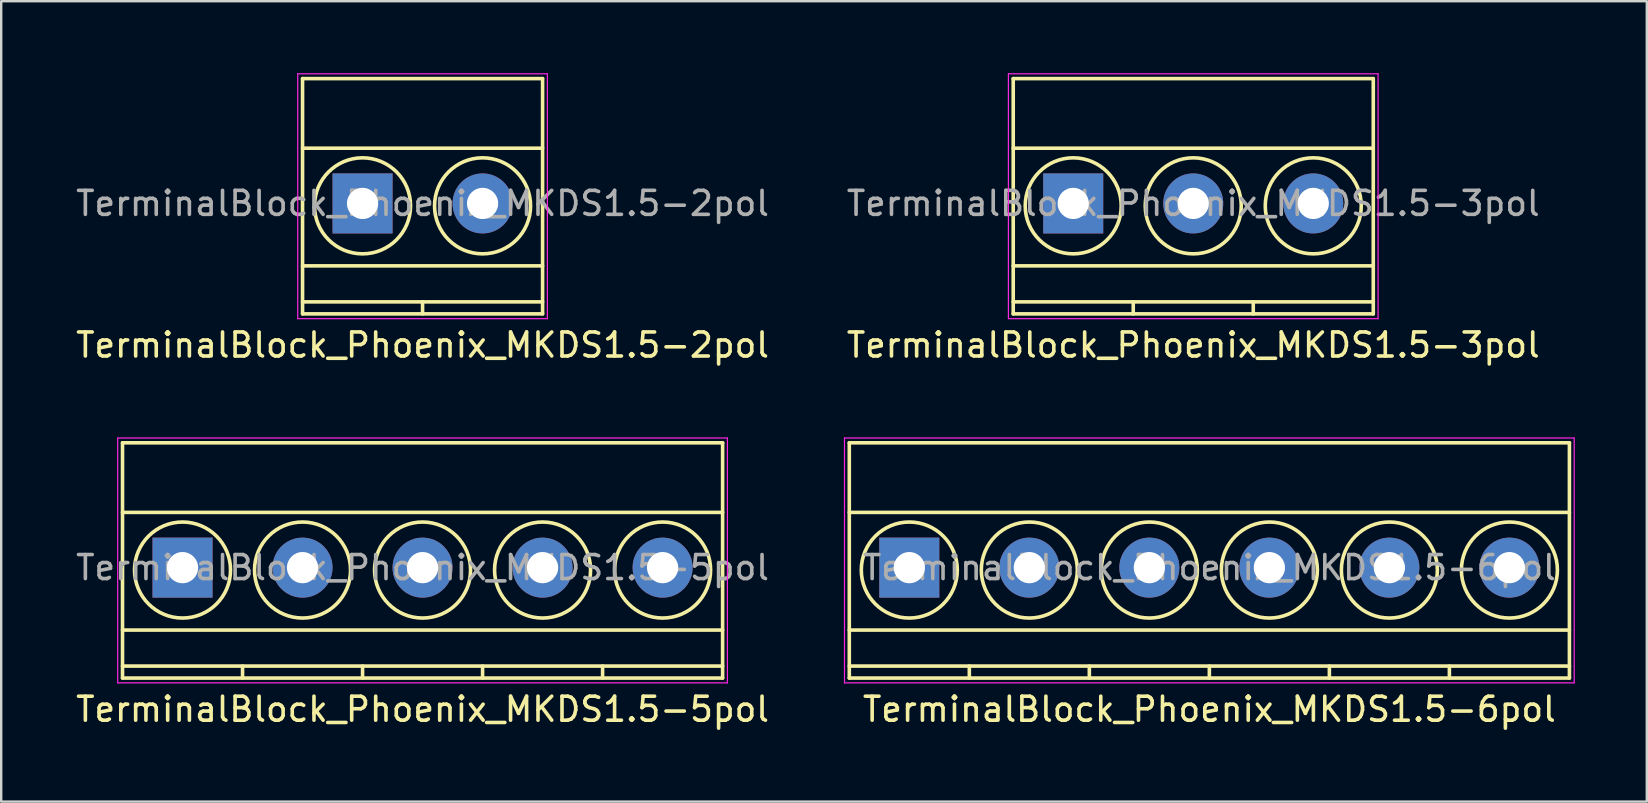
<source format=kicad_pcb>
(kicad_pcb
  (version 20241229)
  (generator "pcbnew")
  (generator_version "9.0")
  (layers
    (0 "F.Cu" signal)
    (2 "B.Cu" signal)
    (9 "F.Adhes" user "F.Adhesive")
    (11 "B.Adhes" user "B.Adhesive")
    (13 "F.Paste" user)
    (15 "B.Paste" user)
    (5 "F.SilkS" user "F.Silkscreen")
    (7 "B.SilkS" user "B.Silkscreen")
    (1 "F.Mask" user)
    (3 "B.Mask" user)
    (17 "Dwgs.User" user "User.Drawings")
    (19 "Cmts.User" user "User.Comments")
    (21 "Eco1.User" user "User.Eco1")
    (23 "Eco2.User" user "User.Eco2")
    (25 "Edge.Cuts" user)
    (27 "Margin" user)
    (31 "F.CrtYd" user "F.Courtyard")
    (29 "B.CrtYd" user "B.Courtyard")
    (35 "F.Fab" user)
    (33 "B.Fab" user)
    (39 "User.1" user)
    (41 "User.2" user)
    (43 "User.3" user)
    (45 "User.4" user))
  (footprint "TerminalBlock_Phoenix_MKDS1.5-3pol"
    (layer "F.Cu")
    (at 41.661 5.425)
    (property "Reference" "TerminalBlock_Phoenix_MKDS1.5-3pol" (at 5 5.9 0) (layer "F.SilkS") (effects (font (size 1 1) (thickness 0.15))))
    (attr through_hole)
    (fp_line (start -2.5 -5.2) (end -2.5 4.6) (stroke (width 0.15) (type solid)) (layer "F.SilkS"))
    (fp_line (start -2.5 -2.3) (end 12.5 -2.3) (stroke (width 0.15) (type solid)) (layer "F.SilkS"))
    (fp_line (start -2.5 2.6) (end 12.5 2.6) (stroke (width 0.15) (type solid)) (layer "F.SilkS"))
    (fp_line (start -2.5 4.1) (end 12.5 4.1) (stroke (width 0.15) (type solid)) (layer "F.SilkS"))
    (fp_line (start -2.5 4.6) (end 12.5 4.6) (stroke (width 0.15) (type solid)) (layer "F.SilkS"))
    (fp_line (start 2.5 4.1) (end 2.5 4.6) (stroke (width 0.15) (type solid)) (layer "F.SilkS"))
    (fp_line (start 7.5 4.1) (end 7.5 4.6) (stroke (width 0.15) (type solid)) (layer "F.SilkS"))
    (fp_line (start 12.5 -5.2) (end -2.5 -5.2) (stroke (width 0.15) (type solid)) (layer "F.SilkS"))
    (fp_line (start 12.5 4.6) (end 12.5 -5.2) (stroke (width 0.15) (type solid)) (layer "F.SilkS"))
    (fp_circle (center 0 0.1) (end 2 0.1) (stroke (width 0.15) (type solid)) (fill no) (layer "F.SilkS"))
    (fp_circle (center 5 0.1) (end 3 0.1) (stroke (width 0.15) (type solid)) (fill no) (layer "F.SilkS"))
    (fp_circle (center 10 0.1) (end 8 0.1) (stroke (width 0.15) (type solid)) (fill no) (layer "F.SilkS"))
    (fp_line (start -2.7 -5.4) (end 12.7 -5.4) (stroke (width 0.05) (type solid)) (layer "F.CrtYd"))
    (fp_line (start -2.7 4.8) (end -2.7 -5.4) (stroke (width 0.05) (type solid)) (layer "F.CrtYd"))
    (fp_line (start 12.7 -5.4) (end 12.7 4.8) (stroke (width 0.05) (type solid)) (layer "F.CrtYd"))
    (fp_line (start 12.7 4.8) (end -2.7 4.8) (stroke (width 0.05) (type solid)) (layer "F.CrtYd"))
    (fp_text user "${REFERENCE}" (at 5 0 0) (layer "F.Fab") (effects (font (size 1 1) (thickness 0.15))))
    (pad "1" thru_hole rect (at 0 0) (size 2.5 2.5) (drill 1.3) (layers "*.Cu" "*.Mask"))
    (pad "2" thru_hole circle (at 5 0) (size 2.5 2.5) (drill 1.3) (layers "*.Cu" "*.Mask"))
    (pad "3" thru_hole circle (at 10 0) (size 2.5 2.5) (drill 1.3) (layers "*.Cu" "*.Mask")))
  (footprint "TerminalBlock_Phoenix_MKDS1.5-5pol"
    (layer "F.Cu")
    (at 4.554 20.598)
    (property "Reference" "TerminalBlock_Phoenix_MKDS1.5-5pol" (at 10 5.9 0) (layer "F.SilkS") (effects (font (size 1 1) (thickness 0.15))))
    (attr through_hole)
    (fp_line (start -2.5 -5.2) (end -2.5 4.6) (stroke (width 0.15) (type solid)) (layer "F.SilkS"))
    (fp_line (start -2.5 -2.3) (end 22.5 -2.3) (stroke (width 0.15) (type solid)) (layer "F.SilkS"))
    (fp_line (start -2.5 2.6) (end 22.5 2.6) (stroke (width 0.15) (type solid)) (layer "F.SilkS"))
    (fp_line (start -2.5 4.1) (end 22.5 4.1) (stroke (width 0.15) (type solid)) (layer "F.SilkS"))
    (fp_line (start -2.5 4.6) (end 22.5 4.6) (stroke (width 0.15) (type solid)) (layer "F.SilkS"))
    (fp_line (start 2.5 4.1) (end 2.5 4.6) (stroke (width 0.15) (type solid)) (layer "F.SilkS"))
    (fp_line (start 7.5 4.1) (end 7.5 4.6) (stroke (width 0.15) (type solid)) (layer "F.SilkS"))
    (fp_line (start 12.5 4.1) (end 12.5 4.6) (stroke (width 0.15) (type solid)) (layer "F.SilkS"))
    (fp_line (start 17.5 4.1) (end 17.5 4.6) (stroke (width 0.15) (type solid)) (layer "F.SilkS"))
    (fp_line (start 22.5 -5.2) (end -2.5 -5.2) (stroke (width 0.15) (type solid)) (layer "F.SilkS"))
    (fp_line (start 22.5 4.6) (end 22.5 -5.2) (stroke (width 0.15) (type solid)) (layer "F.SilkS"))
    (fp_circle (center 0 0.1) (end 2 0.1) (stroke (width 0.15) (type solid)) (fill no) (layer "F.SilkS"))
    (fp_circle (center 5 0.1) (end 3 0.1) (stroke (width 0.15) (type solid)) (fill no) (layer "F.SilkS"))
    (fp_circle (center 10 0.1) (end 8 0.1) (stroke (width 0.15) (type solid)) (fill no) (layer "F.SilkS"))
    (fp_circle (center 15 0.1) (end 13 0.1) (stroke (width 0.15) (type solid)) (fill no) (layer "F.SilkS"))
    (fp_circle (center 20 0.1) (end 18 0.1) (stroke (width 0.15) (type solid)) (fill no) (layer "F.SilkS"))
    (fp_line (start -2.7 -5.4) (end -2.7 4.8) (stroke (width 0.05) (type solid)) (layer "F.CrtYd"))
    (fp_line (start -2.7 4.8) (end 22.7 4.8) (stroke (width 0.05) (type solid)) (layer "F.CrtYd"))
    (fp_line (start 22.7 -5.4) (end -2.7 -5.4) (stroke (width 0.05) (type solid)) (layer "F.CrtYd"))
    (fp_line (start 22.7 4.8) (end 22.7 -5.4) (stroke (width 0.05) (type solid)) (layer "F.CrtYd"))
    (fp_text user "${REFERENCE}" (at 10 0 0) (layer "F.Fab") (effects (font (size 1 1) (thickness 0.15))))
    (pad "1" thru_hole rect (at 0 0) (size 2.5 2.5) (drill 1.3) (layers "*.Cu" "*.Mask"))
    (pad "2" thru_hole circle (at 5 0) (size 2.5 2.5) (drill 1.3) (layers "*.Cu" "*.Mask"))
    (pad "3" thru_hole circle (at 10 0) (size 2.5 2.5) (drill 1.3) (layers "*.Cu" "*.Mask"))
    (pad "4" thru_hole circle (at 15 0) (size 2.5 2.5) (drill 1.3) (layers "*.Cu" "*.Mask"))
    (pad "5" thru_hole circle (at 20 0) (size 2.5 2.5) (drill 1.3) (layers "*.Cu" "*.Mask")))
  (footprint "TerminalBlock_Phoenix_MKDS1.5-2pol"
    (layer "F.Cu")
    (at 12.054 5.425)
    (property "Reference" "TerminalBlock_Phoenix_MKDS1.5-2pol" (at 2.5 5.9 0) (layer "F.SilkS") (effects (font (size 1 1) (thickness 0.15))))
    (attr through_hole)
    (fp_line (start -2.5 -5.2) (end -2.5 4.6) (stroke (width 0.15) (type solid)) (layer "F.SilkS"))
    (fp_line (start -2.5 -2.3) (end 7.5 -2.3) (stroke (width 0.15) (type solid)) (layer "F.SilkS"))
    (fp_line (start -2.5 2.6) (end 7.5 2.6) (stroke (width 0.15) (type solid)) (layer "F.SilkS"))
    (fp_line (start -2.5 4.1) (end 7.5 4.1) (stroke (width 0.15) (type solid)) (layer "F.SilkS"))
    (fp_line (start -2.5 4.6) (end 7.5 4.6) (stroke (width 0.15) (type solid)) (layer "F.SilkS"))
    (fp_line (start 2.5 4.1) (end 2.5 4.6) (stroke (width 0.15) (type solid)) (layer "F.SilkS"))
    (fp_line (start 7.5 -5.2) (end -2.5 -5.2) (stroke (width 0.15) (type solid)) (layer "F.SilkS"))
    (fp_line (start 7.5 4.6) (end 7.5 -5.2) (stroke (width 0.15) (type solid)) (layer "F.SilkS"))
    (fp_circle (center 0 0.1) (end 2 0.1) (stroke (width 0.15) (type solid)) (fill no) (layer "F.SilkS"))
    (fp_circle (center 5 0.1) (end 3 0.1) (stroke (width 0.15) (type solid)) (fill no) (layer "F.SilkS"))
    (fp_line (start -2.7 -5.4) (end 7.7 -5.4) (stroke (width 0.05) (type solid)) (layer "F.CrtYd"))
    (fp_line (start -2.7 4.8) (end -2.7 -5.4) (stroke (width 0.05) (type solid)) (layer "F.CrtYd"))
    (fp_line (start 7.7 -5.4) (end 7.7 4.8) (stroke (width 0.05) (type solid)) (layer "F.CrtYd"))
    (fp_line (start 7.7 4.8) (end -2.7 4.8) (stroke (width 0.05) (type solid)) (layer "F.CrtYd"))
    (fp_text user "${REFERENCE}" (at 2.5 0 0) (layer "F.Fab") (effects (font (size 1 1) (thickness 0.15))))
    (pad "1" thru_hole rect (at 0 0) (size 2.5 2.5) (drill 1.3) (layers "*.Cu" "*.Mask"))
    (pad "2" thru_hole circle (at 5 0) (size 2.5 2.5) (drill 1.3) (layers "*.Cu" "*.Mask")))
  (footprint "TerminalBlock_Phoenix_MKDS1.5-6pol"
    (layer "F.Cu")
    (at 34.832 20.598)
    (property "Reference" "TerminalBlock_Phoenix_MKDS1.5-6pol" (at 12.5 5.9 0) (layer "F.SilkS") (effects (font (size 1 1) (thickness 0.15))))
    (attr through_hole)
    (fp_line (start -2.5 -5.2) (end -2.5 4.6) (stroke (width 0.15) (type solid)) (layer "F.SilkS"))
    (fp_line (start -2.5 -2.3) (end 27.5 -2.3) (stroke (width 0.15) (type solid)) (layer "F.SilkS"))
    (fp_line (start -2.5 2.6) (end 27.5 2.6) (stroke (width 0.15) (type solid)) (layer "F.SilkS"))
    (fp_line (start -2.5 4.1) (end 27.5 4.1) (stroke (width 0.15) (type solid)) (layer "F.SilkS"))
    (fp_line (start -2.5 4.6) (end 27.5 4.6) (stroke (width 0.15) (type solid)) (layer "F.SilkS"))
    (fp_line (start 2.5 4.1) (end 2.5 4.6) (stroke (width 0.15) (type solid)) (layer "F.SilkS"))
    (fp_line (start 7.5 4.1) (end 7.5 4.6) (stroke (width 0.15) (type solid)) (layer "F.SilkS"))
    (fp_line (start 12.5 4.1) (end 12.5 4.6) (stroke (width 0.15) (type solid)) (layer "F.SilkS"))
    (fp_line (start 17.5 4.1) (end 17.5 4.6) (stroke (width 0.15) (type solid)) (layer "F.SilkS"))
    (fp_line (start 22.5 4.1) (end 22.5 4.6) (stroke (width 0.15) (type solid)) (layer "F.SilkS"))
    (fp_line (start 27.5 -5.2) (end -2.5 -5.2) (stroke (width 0.15) (type solid)) (layer "F.SilkS"))
    (fp_line (start 27.5 4.6) (end 27.5 -5.2) (stroke (width 0.15) (type solid)) (layer "F.SilkS"))
    (fp_circle (center 0 0.1) (end 2 0.1) (stroke (width 0.15) (type solid)) (fill no) (layer "F.SilkS"))
    (fp_circle (center 5 0.1) (end 3 0.1) (stroke (width 0.15) (type solid)) (fill no) (layer "F.SilkS"))
    (fp_circle (center 10 0.1) (end 8 0.1) (stroke (width 0.15) (type solid)) (fill no) (layer "F.SilkS"))
    (fp_circle (center 15 0.1) (end 13 0.1) (stroke (width 0.15) (type solid)) (fill no) (layer "F.SilkS"))
    (fp_circle (center 20 0.1) (end 18 0.1) (stroke (width 0.15) (type solid)) (fill no) (layer "F.SilkS"))
    (fp_circle (center 25 0.1) (end 23 0.1) (stroke (width 0.15) (type solid)) (fill no) (layer "F.SilkS"))
    (fp_line (start -2.7 -5.4) (end 27.7 -5.4) (stroke (width 0.05) (type solid)) (layer "F.CrtYd"))
    (fp_line (start -2.7 4.8) (end -2.7 -5.4) (stroke (width 0.05) (type solid)) (layer "F.CrtYd"))
    (fp_line (start 27.7 -5.4) (end 27.7 4.8) (stroke (width 0.05) (type solid)) (layer "F.CrtYd"))
    (fp_line (start 27.7 4.8) (end -2.7 4.8) (stroke (width 0.05) (type solid)) (layer "F.CrtYd"))
    (fp_text user "${REFERENCE}" (at 12.5 0 0) (layer "F.Fab") (effects (font (size 1 1) (thickness 0.15))))
    (pad "1" thru_hole rect (at 0 0) (size 2.5 2.5) (drill 1.3) (layers "*.Cu" "*.Mask"))
    (pad "2" thru_hole circle (at 5 0) (size 2.5 2.5) (drill 1.3) (layers "*.Cu" "*.Mask"))
    (pad "3" thru_hole circle (at 10 0) (size 2.5 2.5) (drill 1.3) (layers "*.Cu" "*.Mask"))
    (pad "4" thru_hole circle (at 15 0) (size 2.5 2.5) (drill 1.3) (layers "*.Cu" "*.Mask"))
    (pad "5" thru_hole circle (at 20 0) (size 2.5 2.5) (drill 1.3) (layers "*.Cu" "*.Mask"))
    (pad "6" thru_hole circle (at 25 0) (size 2.5 2.5) (drill 1.3) (layers "*.Cu" "*.Mask")))
  (gr_rect
    (start -3 -3)
    (end 65.557 30.346)
    (stroke (width 0.1) (type default))
    (fill no)
    (layer "Edge.Cuts")))
</source>
